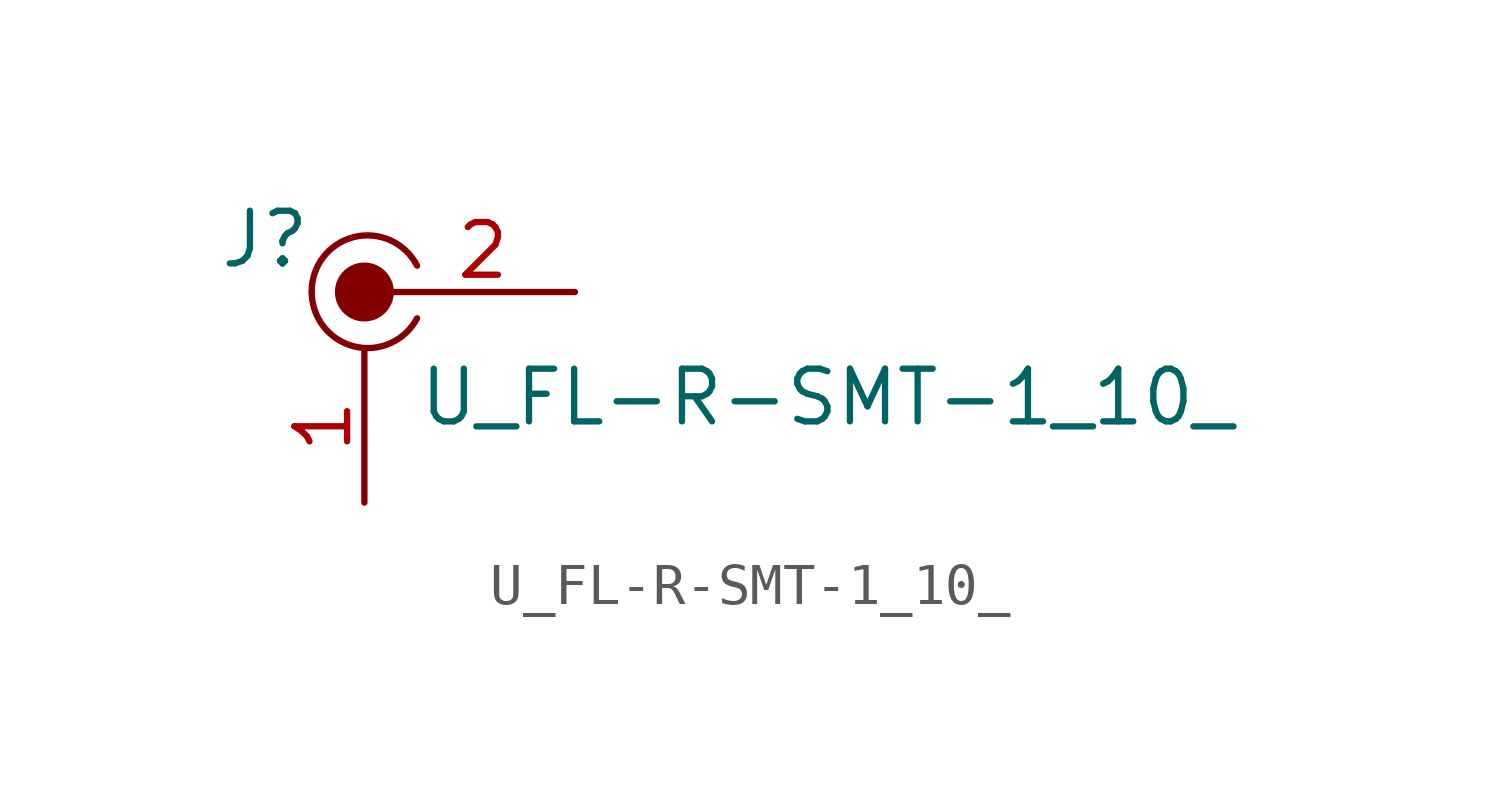
<source format=kicad_sym>
(kicad_symbol_lib
  (version 20231120)
  (generator "kicad_symbol_editor")
  (generator_version "8.0")
  (symbol "U_FL-R-SMT-1_10_"
    (pin_names
      (offset 1.016))
    (property "Reference" "J"
      (at -1.27 1.27 0)
      (effects (font (size 1.27 1.27)) (justify right)))
    (property "Value" "U_FL-R-SMT-1_10_"
      (at 1.27 -2.54 0)
      (effects (font (size 1.27 1.27)) (justify left)))
    (symbol "U_FL-R-SMT-1_10__1_1"
      (arc (start -1.27 0) (mid -0.2651 -1.3081) (end 1.27 -0.635) (stroke (width 0) (type default)) (fill (type none)))
      (circle (center 0 0) (radius 0.635) (stroke (width 0) (type default)) (fill (type outline)))
      (arc (start 1.27 0.635) (mid -0.2496 1.3256) (end -1.27 0) (stroke (width 0) (type default)) (fill (type none)))
      (pin passive line (at 0 -5.08 90) (length 3.683) (name "~" (effects (font (size 1.27 1.27)))) (number "1" (effects (font (size 1.27 1.27)))))
      (pin passive line (at 5.08 0 180) (length 4.445) (name "~" (effects (font (size 1.27 1.27)))) (number "2" (effects (font (size 1.27 1.27))))))))
</source>
